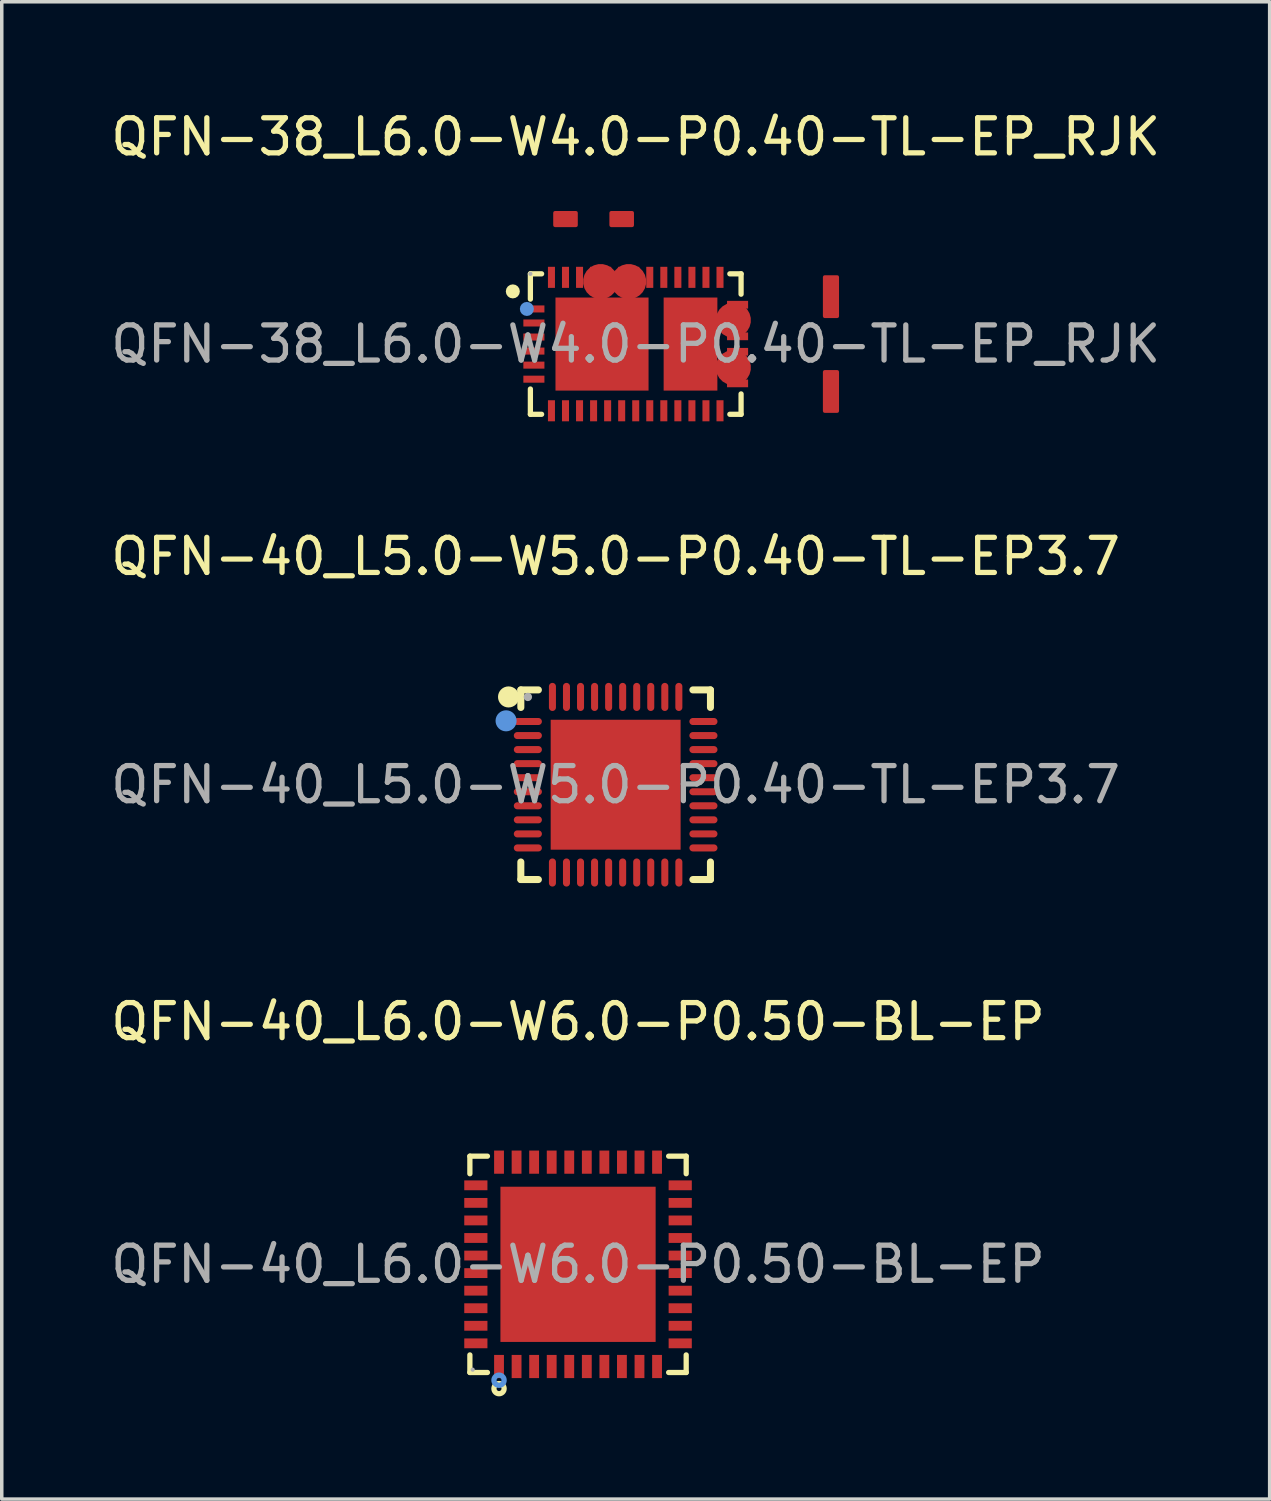
<source format=kicad_pcb>
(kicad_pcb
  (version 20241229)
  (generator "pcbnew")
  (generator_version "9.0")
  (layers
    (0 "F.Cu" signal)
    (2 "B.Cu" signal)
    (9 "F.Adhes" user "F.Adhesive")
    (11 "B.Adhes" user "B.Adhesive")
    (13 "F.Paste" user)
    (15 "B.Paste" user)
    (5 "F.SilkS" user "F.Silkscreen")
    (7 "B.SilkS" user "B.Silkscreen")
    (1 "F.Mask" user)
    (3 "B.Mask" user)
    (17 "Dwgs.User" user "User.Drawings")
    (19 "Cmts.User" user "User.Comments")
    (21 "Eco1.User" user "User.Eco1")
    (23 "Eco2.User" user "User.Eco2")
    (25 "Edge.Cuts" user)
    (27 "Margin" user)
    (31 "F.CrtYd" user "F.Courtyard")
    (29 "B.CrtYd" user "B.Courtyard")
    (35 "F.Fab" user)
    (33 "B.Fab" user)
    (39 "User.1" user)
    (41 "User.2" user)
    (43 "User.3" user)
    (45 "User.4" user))
  (footprint "QFN-38_L6.0-W4.0-P0.40-TL-EP_RJK"
    (layer "F.Cu")
    (at 15.054 6.748)
    (property "Reference" "QFN-38_L6.0-W4.0-P0.40-TL-EP_RJK" (at 0 -5.9 0) (layer "F.SilkS") (effects (font (size 1 1) (thickness 0.15))))
    (attr smd)
    (fp_line (start -3 -2) (end -3 -1.28) (stroke (width 0.15) (type solid)) (layer "F.SilkS"))
    (fp_line (start -3 1.28) (end -3 2) (stroke (width 0.15) (type solid)) (layer "F.SilkS"))
    (fp_line (start -3 2) (end -2.68 2) (stroke (width 0.15) (type solid)) (layer "F.SilkS"))
    (fp_line (start -2.68 -2) (end -3 -2) (stroke (width 0.15) (type solid)) (layer "F.SilkS"))
    (fp_line (start 2.68 2) (end 3 2) (stroke (width 0.15) (type solid)) (layer "F.SilkS"))
    (fp_line (start 3 -2) (end 2.68 -2) (stroke (width 0.15) (type solid)) (layer "F.SilkS"))
    (fp_line (start 3 -1.42) (end 3 -2) (stroke (width 0.15) (type solid)) (layer "F.SilkS"))
    (fp_line (start 3 2) (end 3 1.42) (stroke (width 0.15) (type solid)) (layer "F.SilkS"))
    (fp_circle (center -3.5 -1.5) (end -3.4 -1.5) (stroke (width 0.2) (type solid)) (fill no) (layer "F.SilkS"))
    (fp_circle (center -3.1 -1) (end -3 -1) (stroke (width 0.2) (type solid)) (fill no) (layer "Cmts.User"))
    (fp_circle (center -3 -2) (end -2.97 -2) (stroke (width 0.06) (type solid)) (fill no) (layer "F.Fab"))
    (fp_text user "${REFERENCE}" (at 0 0 0) (layer "F.Fab") (effects (font (size 1 1) (thickness 0.15))))
    (pad "1" smd rect (at -2.9 -1) (size 0.6 0.2) (layers "F.Cu" "F.Mask" "F.Paste"))
    (pad "2" smd rect (at -2.9 -0.6) (size 0.6 0.2) (layers "F.Cu" "F.Mask" "F.Paste"))
    (pad "3" smd rect (at -2.9 -0.2) (size 0.6 0.2) (layers "F.Cu" "F.Mask" "F.Paste"))
    (pad "4" smd rect (at -2.9 0.2) (size 0.6 0.2) (layers "F.Cu" "F.Mask" "F.Paste"))
    (pad "5" smd rect (at -2.9 0.6) (size 0.6 0.2) (layers "F.Cu" "F.Mask" "F.Paste"))
    (pad "6" smd rect (at -2.9 1) (size 0.6 0.2) (layers "F.Cu" "F.Mask" "F.Paste"))
    (pad "7" smd rect (at -2.4 1.9) (size 0.2 0.6) (layers "F.Cu" "F.Mask" "F.Paste"))
    (pad "8" smd rect (at -2 1.9) (size 0.2 0.6) (layers "F.Cu" "F.Mask" "F.Paste"))
    (pad "9" smd rect (at -1.6 1.9) (size 0.2 0.6) (layers "F.Cu" "F.Mask" "F.Paste"))
    (pad "10" smd rect (at -1.2 1.9) (size 0.2 0.6) (layers "F.Cu" "F.Mask" "F.Paste"))
    (pad "11" smd rect (at -0.8 1.9) (size 0.2 0.6) (layers "F.Cu" "F.Mask" "F.Paste"))
    (pad "12" smd rect (at -0.4 1.9) (size 0.2 0.6) (layers "F.Cu" "F.Mask" "F.Paste"))
    (pad "13" smd rect (at 0 1.9) (size 0.2 0.6) (layers "F.Cu" "F.Mask" "F.Paste"))
    (pad "14" smd rect (at 0.4 1.9) (size 0.2 0.6) (layers "F.Cu" "F.Mask" "F.Paste"))
    (pad "15" smd rect (at 0.8 1.9) (size 0.2 0.6) (layers "F.Cu" "F.Mask" "F.Paste"))
    (pad "16" smd rect (at 1.2 1.9) (size 0.2 0.6) (layers "F.Cu" "F.Mask" "F.Paste"))
    (pad "17" smd rect (at 1.6 1.9) (size 0.2 0.6) (layers "F.Cu" "F.Mask" "F.Paste"))
    (pad "18" smd rect (at 2 1.9) (size 0.2 0.6) (layers "F.Cu" "F.Mask" "F.Paste"))
    (pad "19" smd rect (at 2.4 1.9) (size 0.2 0.6) (layers "F.Cu" "F.Mask" "F.Paste"))
    (pad "20" smd rect (at 2.9 1.12) (size 0.6 0.22) (layers "F.Cu" "F.Mask" "F.Paste"))
    (pad "21" smd rect (at 2.9 0.68) (size 0.6 0.22) (layers "F.Cu" "F.Mask" "F.Paste"))
    (pad "22" smd custom (at 2.78 0.67) (size 1 1) (layers "F.Cu" "F.Mask" "F.Paste") (options (anchor circle)) (primitives (gr_poly (pts (xy 2.96 0.12) (xy 2.96 1.24) (xy 2.6 1.24) (xy 2.6 0.12)) (width 0.1) (fill yes))))
    (pad "22" smd rect (at 2.9 0.22) (size 0.6 0.22) (layers "F.Cu" "F.Mask" "F.Paste"))
    (pad "23" smd rect (at 2.9 -0.22) (size 0.6 0.22) (layers "F.Cu" "F.Mask" "F.Paste"))
    (pad "24" smd rect (at 2.9 -0.68) (size 0.6 0.22) (layers "F.Cu" "F.Mask" "F.Paste"))
    (pad "25" smd custom (at 2.78 -0.68) (size 1 1) (layers "F.Cu" "F.Mask" "F.Paste") (options (anchor circle)) (primitives (gr_poly (pts (xy 2.96 -1.23) (xy 2.96 -0.11) (xy 2.6 -0.11) (xy 2.6 -1.23)) (width 0.1) (fill yes))))
    (pad "25" smd rect (at 2.9 -1.12) (size 0.6 0.22) (layers "F.Cu" "F.Mask" "F.Paste"))
    (pad "26" smd rect (at 2.4 -1.9) (size 0.2 0.6) (layers "F.Cu" "F.Mask" "F.Paste"))
    (pad "27" smd rect (at 2 -1.9) (size 0.2 0.6) (layers "F.Cu" "F.Mask" "F.Paste"))
    (pad "28" smd rect (at 1.6 -1.9) (size 0.2 0.6) (layers "F.Cu" "F.Mask" "F.Paste"))
    (pad "29" smd rect (at 1.2 -1.9) (size 0.2 0.6) (layers "F.Cu" "F.Mask" "F.Paste"))
    (pad "30" smd rect (at 0.8 -1.9) (size 0.2 0.6) (layers "F.Cu" "F.Mask" "F.Paste"))
    (pad "31" smd rect (at 0.4 -1.9) (size 0.2 0.6) (layers "F.Cu" "F.Mask" "F.Paste"))
    (pad "32" smd rect (at 0 -1.9) (size 0.2 0.6) (layers "F.Cu" "F.Mask" "F.Paste"))
    (pad "33" smd rect (at -0.4 -1.9) (size 0.2 0.6) (layers "F.Cu" "F.Mask" "F.Paste"))
    (pad "33" smd custom (at -0.2 -1.78) (size 1 1) (layers "F.Cu" "F.Mask" "F.Paste") (options (anchor circle)) (primitives (gr_poly (pts (xy 0.1 -1.96) (xy 0.1 -1.6) (xy -0.5 -1.6) (xy -0.5 -1.96) (xy 0.1 -1.96)) (width 0.1) (fill yes))))
    (pad "34" smd rect (at -0.8 -1.9) (size 0.2 0.6) (layers "F.Cu" "F.Mask" "F.Paste"))
    (pad "35" smd rect (at -1.2 -1.9) (size 0.2 0.6) (layers "F.Cu" "F.Mask" "F.Paste"))
    (pad "35" smd custom (at -1 -1.78) (size 1 1) (layers "F.Cu" "F.Mask" "F.Paste") (options (anchor circle)) (primitives (gr_poly (pts (xy -0.7 -1.96) (xy -0.7 -1.6) (xy -1.3 -1.6) (xy -1.3 -1.96) (xy -0.7 -1.96)) (width 0.1) (fill yes))))
    (pad "36" smd rect (at -1.6 -1.9) (size 0.2 0.6) (layers "F.Cu" "F.Mask" "F.Paste"))
    (pad "37" smd rect (at -2 -1.9) (size 0.2 0.6) (layers "F.Cu" "F.Mask" "F.Paste"))
    (pad "38" smd rect (at -2.4 -1.9) (size 0.2 0.6) (layers "F.Cu" "F.Mask" "F.Paste"))
    (pad "39" smd rect (at -0.96 0) (size 2.65 2.65) (layers "F.Cu" "F.Mask" "F.Paste"))
    (pad "40" smd rect (at 1.56 0) (size 1.53 2.65) (layers "F.Cu" "F.Mask" "F.Paste")))
  (footprint "QFN-40_L5.0-W5.0-P0.40-TL-EP3.7"
    (layer "F.Cu")
    (at 14.482 19.297)
    (property "Reference" "QFN-40_L5.0-W5.0-P0.40-TL-EP3.7" (at 0 -6.5 0) (layer "F.SilkS") (effects (font (size 1 1) (thickness 0.15))))
    (attr smd)
    (fp_line (start -2.7 -2.7) (end -2.2 -2.7) (stroke (width 0.2) (type solid)) (layer "F.SilkS"))
    (fp_line (start -2.7 -2.2) (end -2.7 -2.7) (stroke (width 0.2) (type solid)) (layer "F.SilkS"))
    (fp_line (start -2.7 2.7) (end -2.7 2.2) (stroke (width 0.2) (type solid)) (layer "F.SilkS"))
    (fp_line (start -2.2 2.7) (end -2.7 2.7) (stroke (width 0.2) (type solid)) (layer "F.SilkS"))
    (fp_line (start 2.2 2.7) (end 2.7 2.7) (stroke (width 0.2) (type solid)) (layer "F.SilkS"))
    (fp_line (start 2.7 -2.7) (end 2.2 -2.7) (stroke (width 0.2) (type solid)) (layer "F.SilkS"))
    (fp_line (start 2.7 -2.2) (end 2.7 -2.7) (stroke (width 0.2) (type solid)) (layer "F.SilkS"))
    (fp_line (start 2.7 2.7) (end 2.7 2.2) (stroke (width 0.2) (type solid)) (layer "F.SilkS"))
    (fp_arc (start -3.05 -2.5) (mid -3.05 -2.5) (end -3.05 -2.5) (stroke (width 0.3) (type solid)) (layer "F.SilkS"))
    (fp_circle (center -3.12 -1.82) (end -2.97 -1.82) (stroke (width 0.3) (type solid)) (fill no) (layer "Cmts.User"))
    (fp_circle (center -2.5 -2.5) (end -2.44 -2.5) (stroke (width 0.12) (type solid)) (fill no) (layer "F.Fab"))
    (fp_text user "${REFERENCE}" (at 0 0 0) (layer "F.Fab") (effects (font (size 1 1) (thickness 0.15))))
    (pad "0" smd rect (at 0 0) (size 3.7 3.7) (layers "F.Cu" "F.Mask" "F.Paste"))
    (pad "1" smd oval (at -2.5 -1.8) (size 0.8 0.2) (layers "F.Cu" "F.Mask" "F.Paste"))
    (pad "2" smd oval (at -2.5 -1.4) (size 0.8 0.2) (layers "F.Cu" "F.Mask" "F.Paste"))
    (pad "3" smd oval (at -2.5 -1) (size 0.8 0.2) (layers "F.Cu" "F.Mask" "F.Paste"))
    (pad "4" smd oval (at -2.5 -0.6) (size 0.8 0.2) (layers "F.Cu" "F.Mask" "F.Paste"))
    (pad "5" smd oval (at -2.5 -0.2) (size 0.8 0.2) (layers "F.Cu" "F.Mask" "F.Paste"))
    (pad "6" smd oval (at -2.5 0.2) (size 0.8 0.2) (layers "F.Cu" "F.Mask" "F.Paste"))
    (pad "7" smd oval (at -2.5 0.6) (size 0.8 0.2) (layers "F.Cu" "F.Mask" "F.Paste"))
    (pad "8" smd oval (at -2.5 1) (size 0.8 0.2) (layers "F.Cu" "F.Mask" "F.Paste"))
    (pad "9" smd oval (at -2.5 1.4) (size 0.8 0.2) (layers "F.Cu" "F.Mask" "F.Paste"))
    (pad "10" smd oval (at -2.5 1.8) (size 0.8 0.2) (layers "F.Cu" "F.Mask" "F.Paste"))
    (pad "11" smd oval (at -1.8 2.5) (size 0.2 0.8) (layers "F.Cu" "F.Mask" "F.Paste"))
    (pad "12" smd oval (at -1.4 2.5) (size 0.2 0.8) (layers "F.Cu" "F.Mask" "F.Paste"))
    (pad "13" smd oval (at -1 2.5) (size 0.2 0.8) (layers "F.Cu" "F.Mask" "F.Paste"))
    (pad "14" smd oval (at -0.6 2.5) (size 0.2 0.8) (layers "F.Cu" "F.Mask" "F.Paste"))
    (pad "15" smd oval (at -0.2 2.5) (size 0.2 0.8) (layers "F.Cu" "F.Mask" "F.Paste"))
    (pad "16" smd oval (at 0.2 2.5) (size 0.2 0.8) (layers "F.Cu" "F.Mask" "F.Paste"))
    (pad "17" smd oval (at 0.6 2.5) (size 0.2 0.8) (layers "F.Cu" "F.Mask" "F.Paste"))
    (pad "18" smd oval (at 1 2.5) (size 0.2 0.8) (layers "F.Cu" "F.Mask" "F.Paste"))
    (pad "19" smd oval (at 1.4 2.5) (size 0.2 0.8) (layers "F.Cu" "F.Mask" "F.Paste"))
    (pad "20" smd oval (at 1.8 2.5) (size 0.2 0.8) (layers "F.Cu" "F.Mask" "F.Paste"))
    (pad "21" smd oval (at 2.5 1.8) (size 0.8 0.2) (layers "F.Cu" "F.Mask" "F.Paste"))
    (pad "22" smd oval (at 2.5 1.4) (size 0.8 0.2) (layers "F.Cu" "F.Mask" "F.Paste"))
    (pad "23" smd oval (at 2.5 1) (size 0.8 0.2) (layers "F.Cu" "F.Mask" "F.Paste"))
    (pad "24" smd oval (at 2.5 0.6) (size 0.8 0.2) (layers "F.Cu" "F.Mask" "F.Paste"))
    (pad "25" smd oval (at 2.5 0.2) (size 0.8 0.2) (layers "F.Cu" "F.Mask" "F.Paste"))
    (pad "26" smd oval (at 2.5 -0.2) (size 0.8 0.2) (layers "F.Cu" "F.Mask" "F.Paste"))
    (pad "27" smd oval (at 2.5 -0.6) (size 0.8 0.2) (layers "F.Cu" "F.Mask" "F.Paste"))
    (pad "28" smd oval (at 2.5 -1) (size 0.8 0.2) (layers "F.Cu" "F.Mask" "F.Paste"))
    (pad "29" smd oval (at 2.5 -1.4) (size 0.8 0.2) (layers "F.Cu" "F.Mask" "F.Paste"))
    (pad "30" smd oval (at 2.5 -1.8) (size 0.8 0.2) (layers "F.Cu" "F.Mask" "F.Paste"))
    (pad "31" smd oval (at 1.8 -2.5) (size 0.2 0.8) (layers "F.Cu" "F.Mask" "F.Paste"))
    (pad "32" smd oval (at 1.4 -2.5) (size 0.2 0.8) (layers "F.Cu" "F.Mask" "F.Paste"))
    (pad "33" smd oval (at 1 -2.5) (size 0.2 0.8) (layers "F.Cu" "F.Mask" "F.Paste"))
    (pad "34" smd oval (at 0.6 -2.5) (size 0.2 0.8) (layers "F.Cu" "F.Mask" "F.Paste"))
    (pad "35" smd oval (at 0.2 -2.5) (size 0.2 0.8) (layers "F.Cu" "F.Mask" "F.Paste"))
    (pad "36" smd oval (at -0.2 -2.5) (size 0.2 0.8) (layers "F.Cu" "F.Mask" "F.Paste"))
    (pad "37" smd oval (at -0.6 -2.5) (size 0.2 0.8) (layers "F.Cu" "F.Mask" "F.Paste"))
    (pad "38" smd oval (at -1 -2.5) (size 0.2 0.8) (layers "F.Cu" "F.Mask" "F.Paste"))
    (pad "39" smd oval (at -1.4 -2.5) (size 0.2 0.8) (layers "F.Cu" "F.Mask" "F.Paste"))
    (pad "40" smd oval (at -1.8 -2.5) (size 0.2 0.8) (layers "F.Cu" "F.Mask" "F.Paste")))
  (footprint "QFN-40_L6.0-W6.0-P0.50-BL-EP"
    (layer "F.Cu")
    (at 13.411 32.955)
    (property "Reference" "QFN-40_L6.0-W6.0-P0.50-BL-EP" (at 0 -6.91 0) (layer "F.SilkS") (effects (font (size 1 1) (thickness 0.15))))
    (attr through_hole)
    (fp_line (start -3.08 -3.08) (end -2.58 -3.08) (stroke (width 0.15) (type solid)) (layer "F.SilkS"))
    (fp_line (start -3.08 -2.58) (end -3.08 -3.08) (stroke (width 0.15) (type solid)) (layer "F.SilkS"))
    (fp_line (start -3.08 2.58) (end -3.08 3.08) (stroke (width 0.15) (type solid)) (layer "F.SilkS"))
    (fp_line (start -3.08 3.08) (end -2.58 3.08) (stroke (width 0.15) (type solid)) (layer "F.SilkS"))
    (fp_line (start 3.08 -3.08) (end 2.58 -3.08) (stroke (width 0.15) (type solid)) (layer "F.SilkS"))
    (fp_line (start 3.08 -2.58) (end 3.08 -3.08) (stroke (width 0.15) (type solid)) (layer "F.SilkS"))
    (fp_line (start 3.08 2.58) (end 3.08 3.08) (stroke (width 0.15) (type solid)) (layer "F.SilkS"))
    (fp_line (start 3.08 3.08) (end 2.58 3.08) (stroke (width 0.15) (type solid)) (layer "F.SilkS"))
    (fp_circle (center -2.25 3.54) (end -2.18 3.54) (stroke (width 0.15) (type solid)) (fill no) (layer "F.SilkS"))
    (fp_circle (center -2.25 3.3) (end -2.18 3.3) (stroke (width 0.15) (type solid)) (fill no) (layer "Cmts.User"))
    (fp_circle (center -3 3) (end -2.97 3) (stroke (width 0.06) (type solid)) (fill no) (layer "F.Fab"))
    (fp_text user "${REFERENCE}" (at 0 0 0) (layer "F.Fab") (effects (font (size 1 1) (thickness 0.15))))
    (pad "1" smd rect (at -2.25 2.91) (size 0.28 0.66) (layers "F.Cu" "F.Mask" "F.Paste"))
    (pad "2" smd rect (at -1.75 2.91) (size 0.28 0.66) (layers "F.Cu" "F.Mask" "F.Paste"))
    (pad "3" smd rect (at -1.25 2.91) (size 0.28 0.66) (layers "F.Cu" "F.Mask" "F.Paste"))
    (pad "4" smd rect (at -0.75 2.91) (size 0.28 0.66) (layers "F.Cu" "F.Mask" "F.Paste"))
    (pad "5" smd rect (at -0.25 2.91) (size 0.28 0.66) (layers "F.Cu" "F.Mask" "F.Paste"))
    (pad "6" smd rect (at 0.25 2.91) (size 0.28 0.66) (layers "F.Cu" "F.Mask" "F.Paste"))
    (pad "7" smd rect (at 0.75 2.91) (size 0.28 0.66) (layers "F.Cu" "F.Mask" "F.Paste"))
    (pad "8" smd rect (at 1.25 2.91) (size 0.28 0.66) (layers "F.Cu" "F.Mask" "F.Paste"))
    (pad "9" smd rect (at 1.75 2.91) (size 0.28 0.66) (layers "F.Cu" "F.Mask" "F.Paste"))
    (pad "10" smd rect (at 2.25 2.91) (size 0.28 0.66) (layers "F.Cu" "F.Mask" "F.Paste"))
    (pad "11" smd rect (at 2.91 2.25) (size 0.66 0.28) (layers "F.Cu" "F.Mask" "F.Paste"))
    (pad "12" smd rect (at 2.91 1.75) (size 0.66 0.28) (layers "F.Cu" "F.Mask" "F.Paste"))
    (pad "13" smd rect (at 2.91 1.25) (size 0.66 0.28) (layers "F.Cu" "F.Mask" "F.Paste"))
    (pad "14" smd rect (at 2.91 0.75) (size 0.66 0.28) (layers "F.Cu" "F.Mask" "F.Paste"))
    (pad "15" smd rect (at 2.91 0.25) (size 0.66 0.28) (layers "F.Cu" "F.Mask" "F.Paste"))
    (pad "16" smd rect (at 2.91 -0.25) (size 0.66 0.28) (layers "F.Cu" "F.Mask" "F.Paste"))
    (pad "17" smd rect (at 2.91 -0.75) (size 0.66 0.28) (layers "F.Cu" "F.Mask" "F.Paste"))
    (pad "18" smd rect (at 2.91 -1.25) (size 0.66 0.28) (layers "F.Cu" "F.Mask" "F.Paste"))
    (pad "19" smd rect (at 2.91 -1.75) (size 0.66 0.28) (layers "F.Cu" "F.Mask" "F.Paste"))
    (pad "20" smd rect (at 2.91 -2.25) (size 0.66 0.28) (layers "F.Cu" "F.Mask" "F.Paste"))
    (pad "21" smd rect (at 2.25 -2.91) (size 0.28 0.66) (layers "F.Cu" "F.Mask" "F.Paste"))
    (pad "22" smd rect (at 1.75 -2.91) (size 0.28 0.66) (layers "F.Cu" "F.Mask" "F.Paste"))
    (pad "23" smd rect (at 1.25 -2.91) (size 0.28 0.66) (layers "F.Cu" "F.Mask" "F.Paste"))
    (pad "24" smd rect (at 0.75 -2.91) (size 0.28 0.66) (layers "F.Cu" "F.Mask" "F.Paste"))
    (pad "25" smd rect (at 0.25 -2.91) (size 0.28 0.66) (layers "F.Cu" "F.Mask" "F.Paste"))
    (pad "26" smd rect (at -0.25 -2.91) (size 0.28 0.66) (layers "F.Cu" "F.Mask" "F.Paste"))
    (pad "27" smd rect (at -0.75 -2.91) (size 0.28 0.66) (layers "F.Cu" "F.Mask" "F.Paste"))
    (pad "28" smd rect (at -1.25 -2.91) (size 0.28 0.66) (layers "F.Cu" "F.Mask" "F.Paste"))
    (pad "29" smd rect (at -1.75 -2.91) (size 0.28 0.66) (layers "F.Cu" "F.Mask" "F.Paste"))
    (pad "30" smd rect (at -2.25 -2.91) (size 0.28 0.66) (layers "F.Cu" "F.Mask" "F.Paste"))
    (pad "31" smd rect (at -2.91 -2.25) (size 0.66 0.28) (layers "F.Cu" "F.Mask" "F.Paste"))
    (pad "32" smd rect (at -2.91 -1.75) (size 0.66 0.28) (layers "F.Cu" "F.Mask" "F.Paste"))
    (pad "33" smd rect (at -2.91 -1.25) (size 0.66 0.28) (layers "F.Cu" "F.Mask" "F.Paste"))
    (pad "34" smd rect (at -2.91 -0.75) (size 0.66 0.28) (layers "F.Cu" "F.Mask" "F.Paste"))
    (pad "35" smd rect (at -2.91 -0.25) (size 0.66 0.28) (layers "F.Cu" "F.Mask" "F.Paste"))
    (pad "36" smd rect (at -2.91 0.25) (size 0.66 0.28) (layers "F.Cu" "F.Mask" "F.Paste"))
    (pad "37" smd rect (at -2.91 0.75) (size 0.66 0.28) (layers "F.Cu" "F.Mask" "F.Paste"))
    (pad "38" smd rect (at -2.91 1.25) (size 0.66 0.28) (layers "F.Cu" "F.Mask" "F.Paste"))
    (pad "39" smd rect (at -2.91 1.75) (size 0.66 0.28) (layers "F.Cu" "F.Mask" "F.Paste"))
    (pad "40" smd rect (at -2.91 2.25) (size 0.66 0.28) (layers "F.Cu" "F.Mask" "F.Paste"))
    (pad "41" smd rect (at 0 0) (size 4.42 4.42) (layers "F.Cu" "F.Mask" "F.Paste")))
  (gr_rect
    (start -3 -3)
    (end 33.107 39.64)
    (stroke (width 0.1) (type default))
    (fill no)
    (layer "Edge.Cuts")))
</source>
